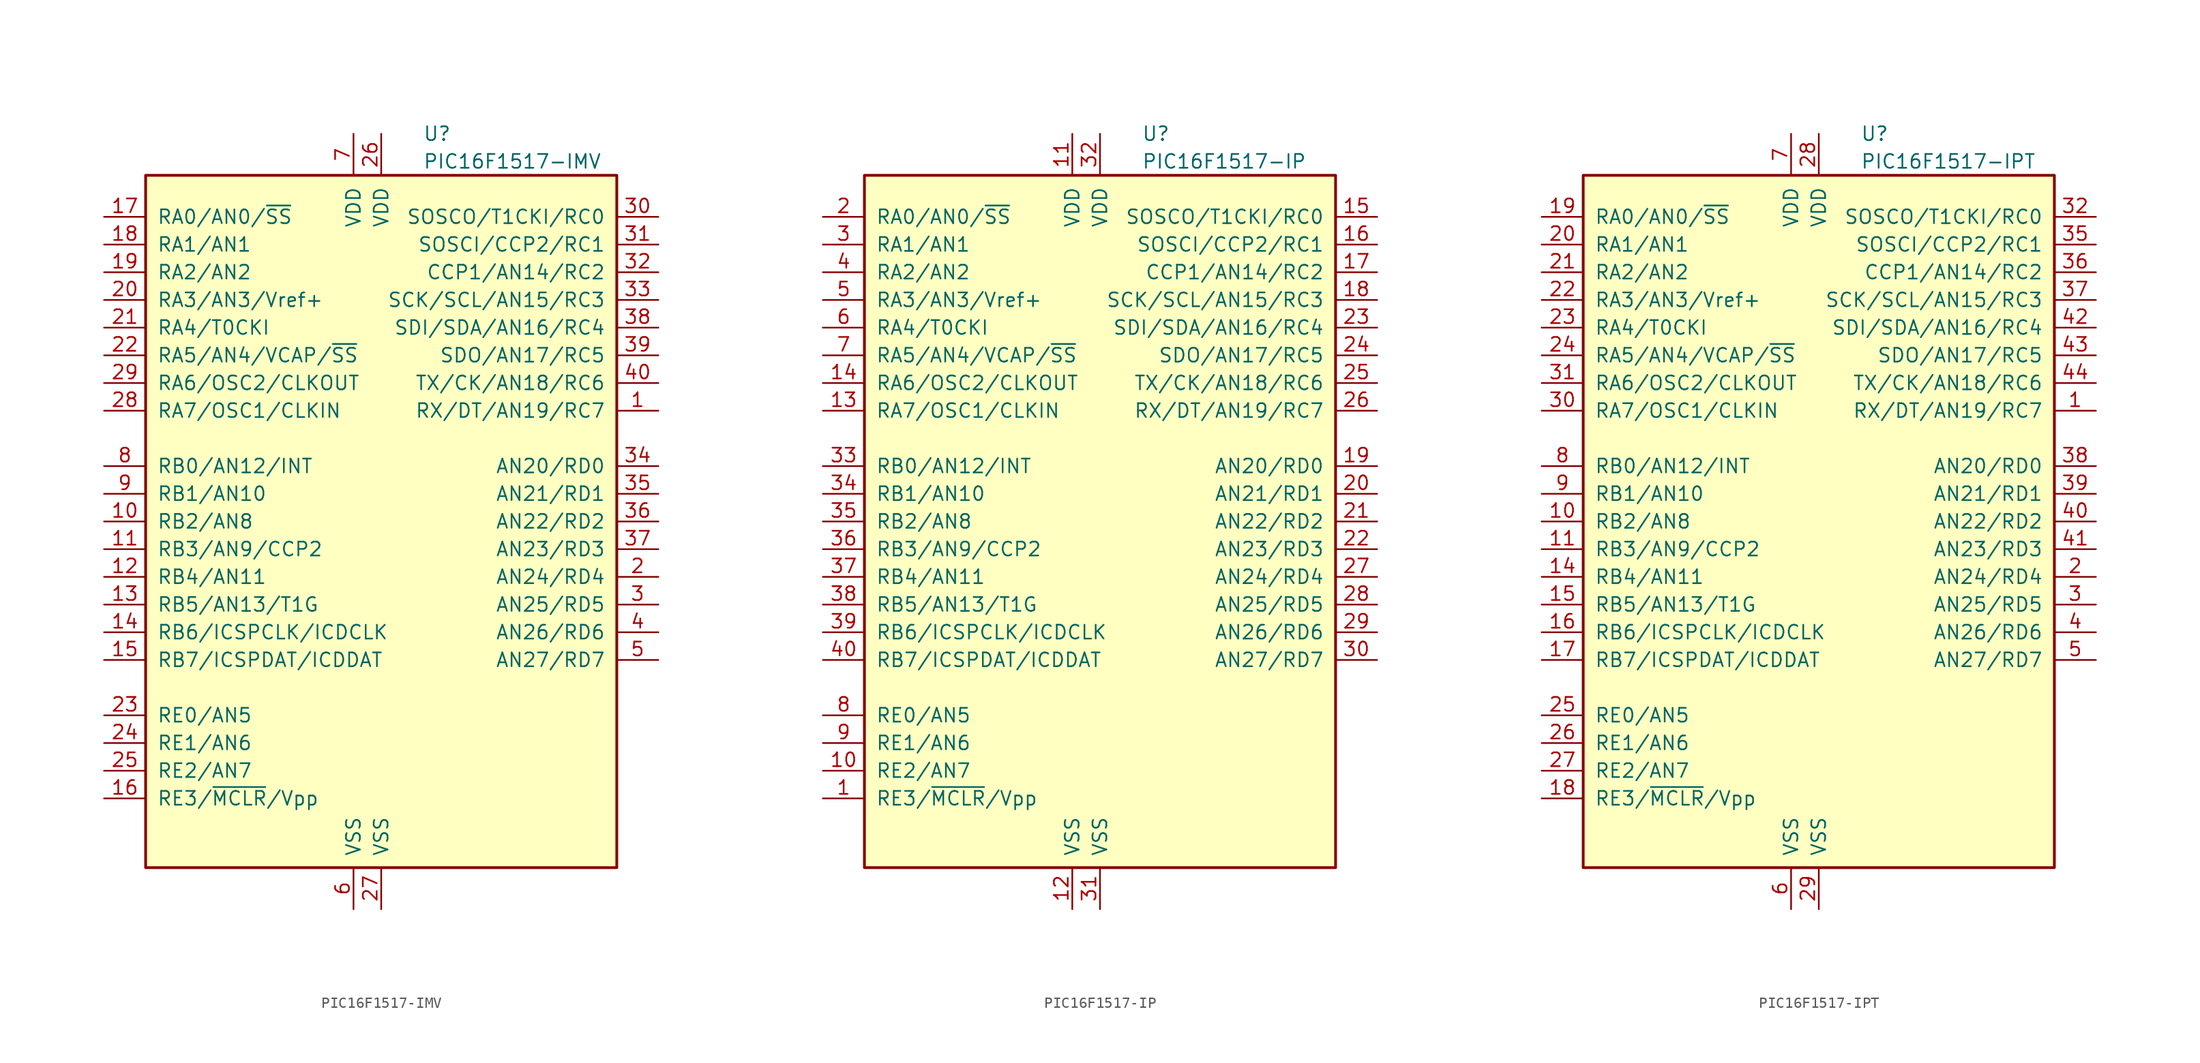
<source format=kicad_sym>
(kicad_symbol_lib
  (version 20201005)
  (generator kicad_symbol_editor)
  (symbol "MCU_Microchip_PIC16:PIC16F1517-IMV"
    (pin_names
      (offset 1.016))
    (property "Reference" "U"
      (at 3.81 35.56 0)
      (effects (font (size 1.27 1.27)) (justify left)))
    (property "Value" "PIC16F1517-IMV"
      (at 3.81 33.02 0)
      (effects (font (size 1.27 1.27)) (justify left)))
    (symbol "PIC16F1517-IMV_0_1"
      (rectangle (start -21.59 31.75) (end 21.59 -31.75) (stroke (width 0.254)) (fill (type background))))
    (symbol "PIC16F1517-IMV_1_1"
      (pin bidirectional line (at 25.4 10.16 180) (length 3.81) (name "RX/DT/AN19/RC7" (effects (font (size 1.27 1.27)))) (number "1" (effects (font (size 1.27 1.27)))))
      (pin bidirectional line (at -25.4 0 0) (length 3.81) (name "RB2/AN8" (effects (font (size 1.27 1.27)))) (number "10" (effects (font (size 1.27 1.27)))))
      (pin bidirectional line (at -25.4 -2.54 0) (length 3.81) (name "RB3/AN9/CCP2" (effects (font (size 1.27 1.27)))) (number "11" (effects (font (size 1.27 1.27)))))
      (pin bidirectional line (at -25.4 -5.08 0) (length 3.81) (name "RB4/AN11" (effects (font (size 1.27 1.27)))) (number "12" (effects (font (size 1.27 1.27)))))
      (pin bidirectional line (at -25.4 -7.62 0) (length 3.81) (name "RB5/AN13/T1G" (effects (font (size 1.27 1.27)))) (number "13" (effects (font (size 1.27 1.27)))))
      (pin bidirectional line (at -25.4 -10.16 0) (length 3.81) (name "RB6/ICSPCLK/ICDCLK" (effects (font (size 1.27 1.27)))) (number "14" (effects (font (size 1.27 1.27)))))
      (pin bidirectional line (at -25.4 -12.7 0) (length 3.81) (name "RB7/ICSPDAT/ICDDAT" (effects (font (size 1.27 1.27)))) (number "15" (effects (font (size 1.27 1.27)))))
      (pin input line (at -25.4 -25.4 0) (length 3.81) (name "RE3/~MCLR~/Vpp" (effects (font (size 1.27 1.27)))) (number "16" (effects (font (size 1.27 1.27)))))
      (pin bidirectional line (at -25.4 27.94 0) (length 3.81) (name "RA0/AN0/~SS" (effects (font (size 1.27 1.27)))) (number "17" (effects (font (size 1.27 1.27)))))
      (pin bidirectional line (at -25.4 25.4 0) (length 3.81) (name "RA1/AN1" (effects (font (size 1.27 1.27)))) (number "18" (effects (font (size 1.27 1.27)))))
      (pin bidirectional line (at -25.4 22.86 0) (length 3.81) (name "RA2/AN2" (effects (font (size 1.27 1.27)))) (number "19" (effects (font (size 1.27 1.27)))))
      (pin bidirectional line (at 25.4 -5.08 180) (length 3.81) (name "AN24/RD4" (effects (font (size 1.27 1.27)))) (number "2" (effects (font (size 1.27 1.27)))))
      (pin bidirectional line (at -25.4 20.32 0) (length 3.81) (name "RA3/AN3/Vref+" (effects (font (size 1.27 1.27)))) (number "20" (effects (font (size 1.27 1.27)))))
      (pin bidirectional line (at -25.4 17.78 0) (length 3.81) (name "RA4/T0CKI" (effects (font (size 1.27 1.27)))) (number "21" (effects (font (size 1.27 1.27)))))
      (pin bidirectional line (at -25.4 15.24 0) (length 3.81) (name "RA5/AN4/VCAP/~SS" (effects (font (size 1.27 1.27)))) (number "22" (effects (font (size 1.27 1.27)))))
      (pin bidirectional line (at -25.4 -17.78 0) (length 3.81) (name "RE0/AN5" (effects (font (size 1.27 1.27)))) (number "23" (effects (font (size 1.27 1.27)))))
      (pin bidirectional line (at -25.4 -20.32 0) (length 3.81) (name "RE1/AN6" (effects (font (size 1.27 1.27)))) (number "24" (effects (font (size 1.27 1.27)))))
      (pin bidirectional line (at -25.4 -22.86 0) (length 3.81) (name "RE2/AN7" (effects (font (size 1.27 1.27)))) (number "25" (effects (font (size 1.27 1.27)))))
      (pin power_in line (at 0 35.56 270) (length 3.81) (name "VDD" (effects (font (size 1.27 1.27)))) (number "26" (effects (font (size 1.27 1.27)))))
      (pin power_in line (at 0 -35.56 90) (length 3.81) (name "VSS" (effects (font (size 1.27 1.27)))) (number "27" (effects (font (size 1.27 1.27)))))
      (pin bidirectional line (at -25.4 10.16 0) (length 3.81) (name "RA7/OSC1/CLKIN" (effects (font (size 1.27 1.27)))) (number "28" (effects (font (size 1.27 1.27)))))
      (pin bidirectional line (at -25.4 12.7 0) (length 3.81) (name "RA6/OSC2/CLKOUT" (effects (font (size 1.27 1.27)))) (number "29" (effects (font (size 1.27 1.27)))))
      (pin bidirectional line (at 25.4 -7.62 180) (length 3.81) (name "AN25/RD5" (effects (font (size 1.27 1.27)))) (number "3" (effects (font (size 1.27 1.27)))))
      (pin bidirectional line (at 25.4 27.94 180) (length 3.81) (name "SOSCO/T1CKI/RC0" (effects (font (size 1.27 1.27)))) (number "30" (effects (font (size 1.27 1.27)))))
      (pin bidirectional line (at 25.4 25.4 180) (length 3.81) (name "SOSCI/CCP2/RC1" (effects (font (size 1.27 1.27)))) (number "31" (effects (font (size 1.27 1.27)))))
      (pin bidirectional line (at 25.4 22.86 180) (length 3.81) (name "CCP1/AN14/RC2" (effects (font (size 1.27 1.27)))) (number "32" (effects (font (size 1.27 1.27)))))
      (pin bidirectional line (at 25.4 20.32 180) (length 3.81) (name "SCK/SCL/AN15/RC3" (effects (font (size 1.27 1.27)))) (number "33" (effects (font (size 1.27 1.27)))))
      (pin bidirectional line (at 25.4 5.08 180) (length 3.81) (name "AN20/RD0" (effects (font (size 1.27 1.27)))) (number "34" (effects (font (size 1.27 1.27)))))
      (pin bidirectional line (at 25.4 2.54 180) (length 3.81) (name "AN21/RD1" (effects (font (size 1.27 1.27)))) (number "35" (effects (font (size 1.27 1.27)))))
      (pin bidirectional line (at 25.4 0 180) (length 3.81) (name "AN22/RD2" (effects (font (size 1.27 1.27)))) (number "36" (effects (font (size 1.27 1.27)))))
      (pin bidirectional line (at 25.4 -2.54 180) (length 3.81) (name "AN23/RD3" (effects (font (size 1.27 1.27)))) (number "37" (effects (font (size 1.27 1.27)))))
      (pin bidirectional line (at 25.4 17.78 180) (length 3.81) (name "SDI/SDA/AN16/RC4" (effects (font (size 1.27 1.27)))) (number "38" (effects (font (size 1.27 1.27)))))
      (pin bidirectional line (at 25.4 15.24 180) (length 3.81) (name "SDO/AN17/RC5" (effects (font (size 1.27 1.27)))) (number "39" (effects (font (size 1.27 1.27)))))
      (pin bidirectional line (at 25.4 -10.16 180) (length 3.81) (name "AN26/RD6" (effects (font (size 1.27 1.27)))) (number "4" (effects (font (size 1.27 1.27)))))
      (pin bidirectional line (at 25.4 12.7 180) (length 3.81) (name "TX/CK/AN18/RC6" (effects (font (size 1.27 1.27)))) (number "40" (effects (font (size 1.27 1.27)))))
      (pin bidirectional line (at 25.4 -12.7 180) (length 3.81) (name "AN27/RD7" (effects (font (size 1.27 1.27)))) (number "5" (effects (font (size 1.27 1.27)))))
      (pin power_in line (at -2.54 -35.56 90) (length 3.81) (name "VSS" (effects (font (size 1.27 1.27)))) (number "6" (effects (font (size 1.27 1.27)))))
      (pin power_in line (at -2.54 35.56 270) (length 3.81) (name "VDD" (effects (font (size 1.27 1.27)))) (number "7" (effects (font (size 1.27 1.27)))))
      (pin bidirectional line (at -25.4 5.08 0) (length 3.81) (name "RB0/AN12/INT" (effects (font (size 1.27 1.27)))) (number "8" (effects (font (size 1.27 1.27)))))
      (pin bidirectional line (at -25.4 2.54 0) (length 3.81) (name "RB1/AN10" (effects (font (size 1.27 1.27)))) (number "9" (effects (font (size 1.27 1.27)))))))
  (symbol "MCU_Microchip_PIC16:PIC16F1517-IP"
    (pin_names
      (offset 1.016))
    (property "Reference" "U"
      (at 3.81 35.56 0)
      (effects (font (size 1.27 1.27)) (justify left)))
    (property "Value" "PIC16F1517-IP"
      (at 3.81 33.02 0)
      (effects (font (size 1.27 1.27)) (justify left)))
    (symbol "PIC16F1517-IP_0_1"
      (rectangle (start -21.59 31.75) (end 21.59 -31.75) (stroke (width 0.254)) (fill (type background))))
    (symbol "PIC16F1517-IP_1_1"
      (pin input line (at -25.4 -25.4 0) (length 3.81) (name "RE3/~MCLR~/Vpp" (effects (font (size 1.27 1.27)))) (number "1" (effects (font (size 1.27 1.27)))))
      (pin bidirectional line (at -25.4 -22.86 0) (length 3.81) (name "RE2/AN7" (effects (font (size 1.27 1.27)))) (number "10" (effects (font (size 1.27 1.27)))))
      (pin power_in line (at -2.54 35.56 270) (length 3.81) (name "VDD" (effects (font (size 1.27 1.27)))) (number "11" (effects (font (size 1.27 1.27)))))
      (pin power_in line (at -2.54 -35.56 90) (length 3.81) (name "VSS" (effects (font (size 1.27 1.27)))) (number "12" (effects (font (size 1.27 1.27)))))
      (pin bidirectional line (at -25.4 10.16 0) (length 3.81) (name "RA7/OSC1/CLKIN" (effects (font (size 1.27 1.27)))) (number "13" (effects (font (size 1.27 1.27)))))
      (pin bidirectional line (at -25.4 12.7 0) (length 3.81) (name "RA6/OSC2/CLKOUT" (effects (font (size 1.27 1.27)))) (number "14" (effects (font (size 1.27 1.27)))))
      (pin bidirectional line (at 25.4 27.94 180) (length 3.81) (name "SOSCO/T1CKI/RC0" (effects (font (size 1.27 1.27)))) (number "15" (effects (font (size 1.27 1.27)))))
      (pin bidirectional line (at 25.4 25.4 180) (length 3.81) (name "SOSCI/CCP2/RC1" (effects (font (size 1.27 1.27)))) (number "16" (effects (font (size 1.27 1.27)))))
      (pin bidirectional line (at 25.4 22.86 180) (length 3.81) (name "CCP1/AN14/RC2" (effects (font (size 1.27 1.27)))) (number "17" (effects (font (size 1.27 1.27)))))
      (pin bidirectional line (at 25.4 20.32 180) (length 3.81) (name "SCK/SCL/AN15/RC3" (effects (font (size 1.27 1.27)))) (number "18" (effects (font (size 1.27 1.27)))))
      (pin bidirectional line (at 25.4 5.08 180) (length 3.81) (name "AN20/RD0" (effects (font (size 1.27 1.27)))) (number "19" (effects (font (size 1.27 1.27)))))
      (pin bidirectional line (at -25.4 27.94 0) (length 3.81) (name "RA0/AN0/~SS" (effects (font (size 1.27 1.27)))) (number "2" (effects (font (size 1.27 1.27)))))
      (pin bidirectional line (at 25.4 2.54 180) (length 3.81) (name "AN21/RD1" (effects (font (size 1.27 1.27)))) (number "20" (effects (font (size 1.27 1.27)))))
      (pin bidirectional line (at 25.4 0 180) (length 3.81) (name "AN22/RD2" (effects (font (size 1.27 1.27)))) (number "21" (effects (font (size 1.27 1.27)))))
      (pin bidirectional line (at 25.4 -2.54 180) (length 3.81) (name "AN23/RD3" (effects (font (size 1.27 1.27)))) (number "22" (effects (font (size 1.27 1.27)))))
      (pin bidirectional line (at 25.4 17.78 180) (length 3.81) (name "SDI/SDA/AN16/RC4" (effects (font (size 1.27 1.27)))) (number "23" (effects (font (size 1.27 1.27)))))
      (pin bidirectional line (at 25.4 15.24 180) (length 3.81) (name "SDO/AN17/RC5" (effects (font (size 1.27 1.27)))) (number "24" (effects (font (size 1.27 1.27)))))
      (pin bidirectional line (at 25.4 12.7 180) (length 3.81) (name "TX/CK/AN18/RC6" (effects (font (size 1.27 1.27)))) (number "25" (effects (font (size 1.27 1.27)))))
      (pin bidirectional line (at 25.4 10.16 180) (length 3.81) (name "RX/DT/AN19/RC7" (effects (font (size 1.27 1.27)))) (number "26" (effects (font (size 1.27 1.27)))))
      (pin bidirectional line (at 25.4 -5.08 180) (length 3.81) (name "AN24/RD4" (effects (font (size 1.27 1.27)))) (number "27" (effects (font (size 1.27 1.27)))))
      (pin bidirectional line (at 25.4 -7.62 180) (length 3.81) (name "AN25/RD5" (effects (font (size 1.27 1.27)))) (number "28" (effects (font (size 1.27 1.27)))))
      (pin bidirectional line (at 25.4 -10.16 180) (length 3.81) (name "AN26/RD6" (effects (font (size 1.27 1.27)))) (number "29" (effects (font (size 1.27 1.27)))))
      (pin bidirectional line (at -25.4 25.4 0) (length 3.81) (name "RA1/AN1" (effects (font (size 1.27 1.27)))) (number "3" (effects (font (size 1.27 1.27)))))
      (pin bidirectional line (at 25.4 -12.7 180) (length 3.81) (name "AN27/RD7" (effects (font (size 1.27 1.27)))) (number "30" (effects (font (size 1.27 1.27)))))
      (pin power_in line (at 0 -35.56 90) (length 3.81) (name "VSS" (effects (font (size 1.27 1.27)))) (number "31" (effects (font (size 1.27 1.27)))))
      (pin power_in line (at 0 35.56 270) (length 3.81) (name "VDD" (effects (font (size 1.27 1.27)))) (number "32" (effects (font (size 1.27 1.27)))))
      (pin bidirectional line (at -25.4 5.08 0) (length 3.81) (name "RB0/AN12/INT" (effects (font (size 1.27 1.27)))) (number "33" (effects (font (size 1.27 1.27)))))
      (pin bidirectional line (at -25.4 2.54 0) (length 3.81) (name "RB1/AN10" (effects (font (size 1.27 1.27)))) (number "34" (effects (font (size 1.27 1.27)))))
      (pin bidirectional line (at -25.4 0 0) (length 3.81) (name "RB2/AN8" (effects (font (size 1.27 1.27)))) (number "35" (effects (font (size 1.27 1.27)))))
      (pin bidirectional line (at -25.4 -2.54 0) (length 3.81) (name "RB3/AN9/CCP2" (effects (font (size 1.27 1.27)))) (number "36" (effects (font (size 1.27 1.27)))))
      (pin bidirectional line (at -25.4 -5.08 0) (length 3.81) (name "RB4/AN11" (effects (font (size 1.27 1.27)))) (number "37" (effects (font (size 1.27 1.27)))))
      (pin bidirectional line (at -25.4 -7.62 0) (length 3.81) (name "RB5/AN13/T1G" (effects (font (size 1.27 1.27)))) (number "38" (effects (font (size 1.27 1.27)))))
      (pin bidirectional line (at -25.4 -10.16 0) (length 3.81) (name "RB6/ICSPCLK/ICDCLK" (effects (font (size 1.27 1.27)))) (number "39" (effects (font (size 1.27 1.27)))))
      (pin bidirectional line (at -25.4 22.86 0) (length 3.81) (name "RA2/AN2" (effects (font (size 1.27 1.27)))) (number "4" (effects (font (size 1.27 1.27)))))
      (pin bidirectional line (at -25.4 -12.7 0) (length 3.81) (name "RB7/ICSPDAT/ICDDAT" (effects (font (size 1.27 1.27)))) (number "40" (effects (font (size 1.27 1.27)))))
      (pin bidirectional line (at -25.4 20.32 0) (length 3.81) (name "RA3/AN3/Vref+" (effects (font (size 1.27 1.27)))) (number "5" (effects (font (size 1.27 1.27)))))
      (pin bidirectional line (at -25.4 17.78 0) (length 3.81) (name "RA4/T0CKI" (effects (font (size 1.27 1.27)))) (number "6" (effects (font (size 1.27 1.27)))))
      (pin bidirectional line (at -25.4 15.24 0) (length 3.81) (name "RA5/AN4/VCAP/~SS" (effects (font (size 1.27 1.27)))) (number "7" (effects (font (size 1.27 1.27)))))
      (pin bidirectional line (at -25.4 -17.78 0) (length 3.81) (name "RE0/AN5" (effects (font (size 1.27 1.27)))) (number "8" (effects (font (size 1.27 1.27)))))
      (pin bidirectional line (at -25.4 -20.32 0) (length 3.81) (name "RE1/AN6" (effects (font (size 1.27 1.27)))) (number "9" (effects (font (size 1.27 1.27)))))))
  (symbol "MCU_Microchip_PIC16:PIC16F1517-IPT"
    (pin_names
      (offset 1.016))
    (property "Reference" "U"
      (at 3.81 35.56 0)
      (effects (font (size 1.27 1.27)) (justify left)))
    (property "Value" "PIC16F1517-IPT"
      (at 3.81 33.02 0)
      (effects (font (size 1.27 1.27)) (justify left)))
    (symbol "PIC16F1517-IPT_0_1"
      (rectangle (start -21.59 31.75) (end 21.59 -31.75) (stroke (width 0.254)) (fill (type background))))
    (symbol "PIC16F1517-IPT_1_1"
      (pin bidirectional line (at 25.4 10.16 180) (length 3.81) (name "RX/DT/AN19/RC7" (effects (font (size 1.27 1.27)))) (number "1" (effects (font (size 1.27 1.27)))))
      (pin bidirectional line (at -25.4 0 0) (length 3.81) (name "RB2/AN8" (effects (font (size 1.27 1.27)))) (number "10" (effects (font (size 1.27 1.27)))))
      (pin bidirectional line (at -25.4 -2.54 0) (length 3.81) (name "RB3/AN9/CCP2" (effects (font (size 1.27 1.27)))) (number "11" (effects (font (size 1.27 1.27)))))
      (pin bidirectional line (at -25.4 -5.08 0) (length 3.81) (name "RB4/AN11" (effects (font (size 1.27 1.27)))) (number "14" (effects (font (size 1.27 1.27)))))
      (pin bidirectional line (at -25.4 -7.62 0) (length 3.81) (name "RB5/AN13/T1G" (effects (font (size 1.27 1.27)))) (number "15" (effects (font (size 1.27 1.27)))))
      (pin bidirectional line (at -25.4 -10.16 0) (length 3.81) (name "RB6/ICSPCLK/ICDCLK" (effects (font (size 1.27 1.27)))) (number "16" (effects (font (size 1.27 1.27)))))
      (pin bidirectional line (at -25.4 -12.7 0) (length 3.81) (name "RB7/ICSPDAT/ICDDAT" (effects (font (size 1.27 1.27)))) (number "17" (effects (font (size 1.27 1.27)))))
      (pin input line (at -25.4 -25.4 0) (length 3.81) (name "RE3/~MCLR~/Vpp" (effects (font (size 1.27 1.27)))) (number "18" (effects (font (size 1.27 1.27)))))
      (pin bidirectional line (at -25.4 27.94 0) (length 3.81) (name "RA0/AN0/~SS" (effects (font (size 1.27 1.27)))) (number "19" (effects (font (size 1.27 1.27)))))
      (pin bidirectional line (at 25.4 -5.08 180) (length 3.81) (name "AN24/RD4" (effects (font (size 1.27 1.27)))) (number "2" (effects (font (size 1.27 1.27)))))
      (pin bidirectional line (at -25.4 25.4 0) (length 3.81) (name "RA1/AN1" (effects (font (size 1.27 1.27)))) (number "20" (effects (font (size 1.27 1.27)))))
      (pin bidirectional line (at -25.4 22.86 0) (length 3.81) (name "RA2/AN2" (effects (font (size 1.27 1.27)))) (number "21" (effects (font (size 1.27 1.27)))))
      (pin bidirectional line (at -25.4 20.32 0) (length 3.81) (name "RA3/AN3/Vref+" (effects (font (size 1.27 1.27)))) (number "22" (effects (font (size 1.27 1.27)))))
      (pin bidirectional line (at -25.4 17.78 0) (length 3.81) (name "RA4/T0CKI" (effects (font (size 1.27 1.27)))) (number "23" (effects (font (size 1.27 1.27)))))
      (pin bidirectional line (at -25.4 15.24 0) (length 3.81) (name "RA5/AN4/VCAP/~SS" (effects (font (size 1.27 1.27)))) (number "24" (effects (font (size 1.27 1.27)))))
      (pin bidirectional line (at -25.4 -17.78 0) (length 3.81) (name "RE0/AN5" (effects (font (size 1.27 1.27)))) (number "25" (effects (font (size 1.27 1.27)))))
      (pin bidirectional line (at -25.4 -20.32 0) (length 3.81) (name "RE1/AN6" (effects (font (size 1.27 1.27)))) (number "26" (effects (font (size 1.27 1.27)))))
      (pin bidirectional line (at -25.4 -22.86 0) (length 3.81) (name "RE2/AN7" (effects (font (size 1.27 1.27)))) (number "27" (effects (font (size 1.27 1.27)))))
      (pin power_in line (at 0 35.56 270) (length 3.81) (name "VDD" (effects (font (size 1.27 1.27)))) (number "28" (effects (font (size 1.27 1.27)))))
      (pin power_in line (at 0 -35.56 90) (length 3.81) (name "VSS" (effects (font (size 1.27 1.27)))) (number "29" (effects (font (size 1.27 1.27)))))
      (pin bidirectional line (at 25.4 -7.62 180) (length 3.81) (name "AN25/RD5" (effects (font (size 1.27 1.27)))) (number "3" (effects (font (size 1.27 1.27)))))
      (pin bidirectional line (at -25.4 10.16 0) (length 3.81) (name "RA7/OSC1/CLKIN" (effects (font (size 1.27 1.27)))) (number "30" (effects (font (size 1.27 1.27)))))
      (pin bidirectional line (at -25.4 12.7 0) (length 3.81) (name "RA6/OSC2/CLKOUT" (effects (font (size 1.27 1.27)))) (number "31" (effects (font (size 1.27 1.27)))))
      (pin bidirectional line (at 25.4 27.94 180) (length 3.81) (name "SOSCO/T1CKI/RC0" (effects (font (size 1.27 1.27)))) (number "32" (effects (font (size 1.27 1.27)))))
      (pin bidirectional line (at 25.4 25.4 180) (length 3.81) (name "SOSCI/CCP2/RC1" (effects (font (size 1.27 1.27)))) (number "35" (effects (font (size 1.27 1.27)))))
      (pin bidirectional line (at 25.4 22.86 180) (length 3.81) (name "CCP1/AN14/RC2" (effects (font (size 1.27 1.27)))) (number "36" (effects (font (size 1.27 1.27)))))
      (pin bidirectional line (at 25.4 20.32 180) (length 3.81) (name "SCK/SCL/AN15/RC3" (effects (font (size 1.27 1.27)))) (number "37" (effects (font (size 1.27 1.27)))))
      (pin bidirectional line (at 25.4 5.08 180) (length 3.81) (name "AN20/RD0" (effects (font (size 1.27 1.27)))) (number "38" (effects (font (size 1.27 1.27)))))
      (pin bidirectional line (at 25.4 2.54 180) (length 3.81) (name "AN21/RD1" (effects (font (size 1.27 1.27)))) (number "39" (effects (font (size 1.27 1.27)))))
      (pin bidirectional line (at 25.4 -10.16 180) (length 3.81) (name "AN26/RD6" (effects (font (size 1.27 1.27)))) (number "4" (effects (font (size 1.27 1.27)))))
      (pin bidirectional line (at 25.4 0 180) (length 3.81) (name "AN22/RD2" (effects (font (size 1.27 1.27)))) (number "40" (effects (font (size 1.27 1.27)))))
      (pin bidirectional line (at 25.4 -2.54 180) (length 3.81) (name "AN23/RD3" (effects (font (size 1.27 1.27)))) (number "41" (effects (font (size 1.27 1.27)))))
      (pin bidirectional line (at 25.4 17.78 180) (length 3.81) (name "SDI/SDA/AN16/RC4" (effects (font (size 1.27 1.27)))) (number "42" (effects (font (size 1.27 1.27)))))
      (pin bidirectional line (at 25.4 15.24 180) (length 3.81) (name "SDO/AN17/RC5" (effects (font (size 1.27 1.27)))) (number "43" (effects (font (size 1.27 1.27)))))
      (pin bidirectional line (at 25.4 12.7 180) (length 3.81) (name "TX/CK/AN18/RC6" (effects (font (size 1.27 1.27)))) (number "44" (effects (font (size 1.27 1.27)))))
      (pin bidirectional line (at 25.4 -12.7 180) (length 3.81) (name "AN27/RD7" (effects (font (size 1.27 1.27)))) (number "5" (effects (font (size 1.27 1.27)))))
      (pin power_in line (at -2.54 -35.56 90) (length 3.81) (name "VSS" (effects (font (size 1.27 1.27)))) (number "6" (effects (font (size 1.27 1.27)))))
      (pin power_in line (at -2.54 35.56 270) (length 3.81) (name "VDD" (effects (font (size 1.27 1.27)))) (number "7" (effects (font (size 1.27 1.27)))))
      (pin bidirectional line (at -25.4 5.08 0) (length 3.81) (name "RB0/AN12/INT" (effects (font (size 1.27 1.27)))) (number "8" (effects (font (size 1.27 1.27)))))
      (pin bidirectional line (at -25.4 2.54 0) (length 3.81) (name "RB1/AN10" (effects (font (size 1.27 1.27)))) (number "9" (effects (font (size 1.27 1.27))))))))
</source>
